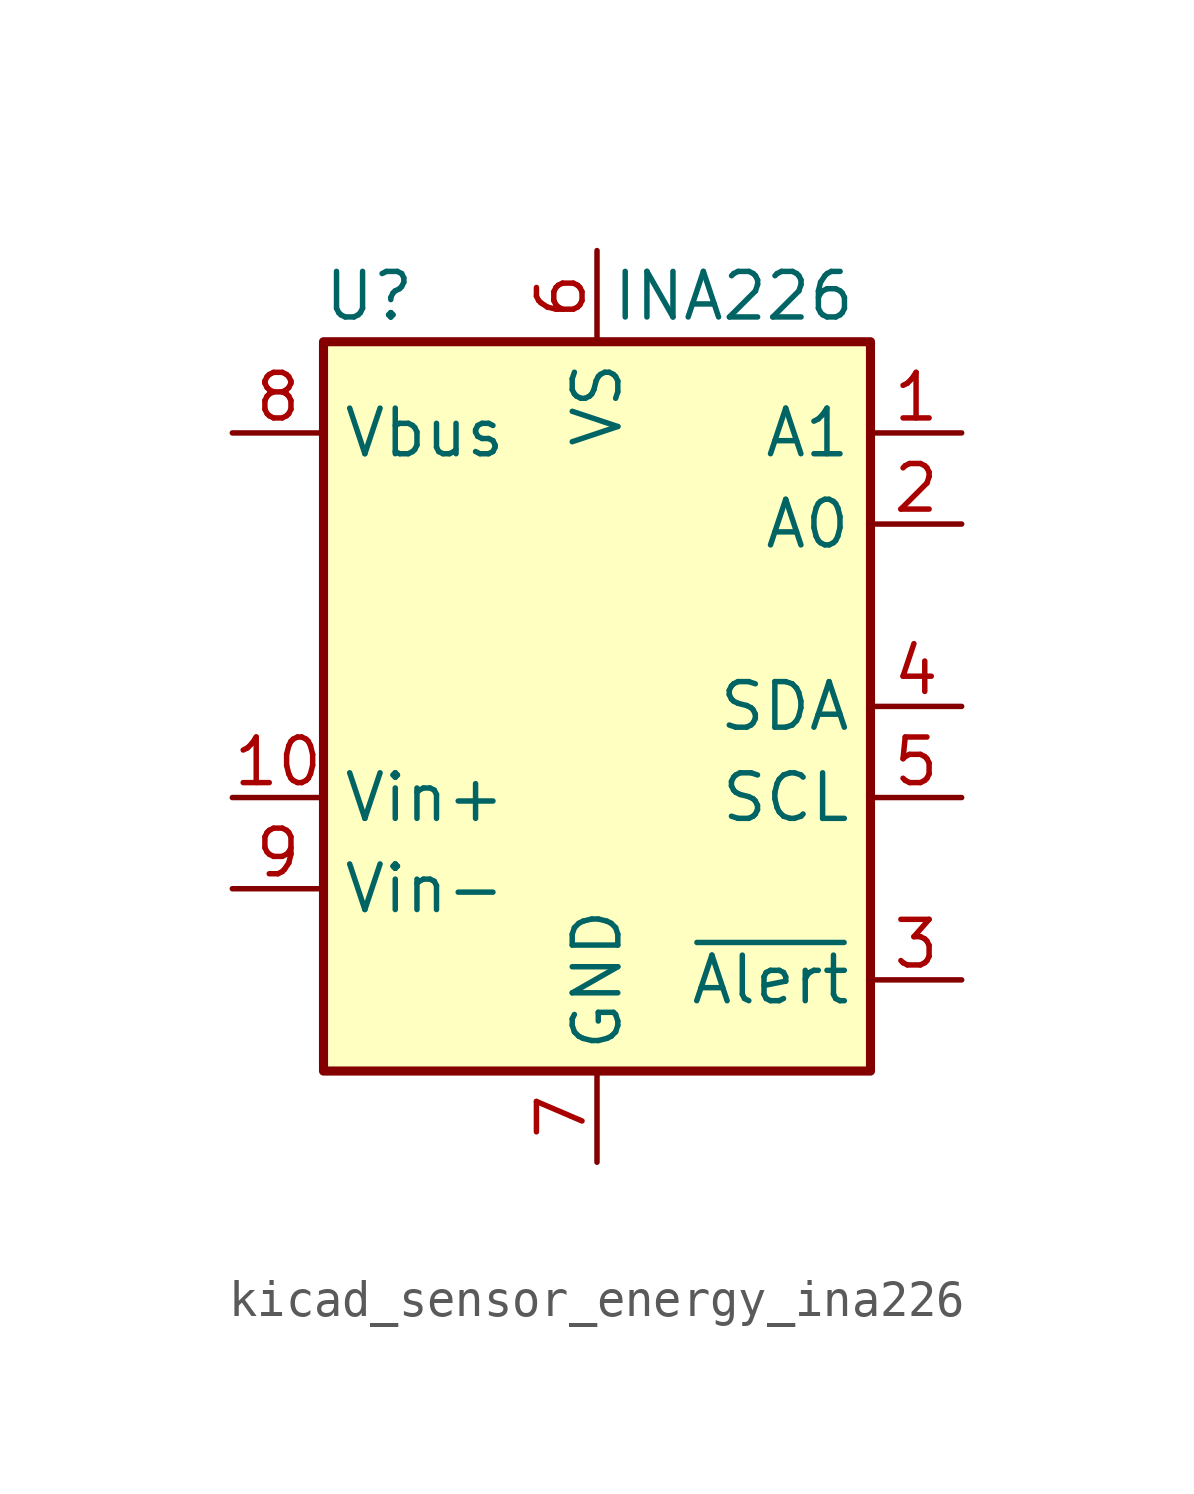
<source format=kicad_sym>
(kicad_symbol_lib
  (version 20220914)
  (generator kicad_symbol_editor)
  (symbol "kicad_sensor_energy_ina226"
    (property "Reference" "U"
      (at -6.35 11.43 0)
      (effects (font (size 1.27 1.27))))
    (property "Value" "INA226"
      (at 3.81 11.43 0)
      (effects (font (size 1.27 1.27))))
    (symbol "kicad_sensor_energy_ina226_0_1"
      (rectangle (start 7.62 10.16) (end -7.62 -10.16) (stroke (width 0.254) (type default)) (fill (type background))))
    (symbol "kicad_sensor_energy_ina226_1_1"
      (pin input line (at 10.16 7.62 180) (length 2.54) (name "A1" (effects (font (size 1.27 1.27)))) (number "1" (effects (font (size 1.27 1.27)))))
      (pin input line (at -10.16 -2.54 0) (length 2.54) (name "Vin+" (effects (font (size 1.27 1.27)))) (number "10" (effects (font (size 1.27 1.27)))))
      (pin input line (at 10.16 5.08 180) (length 2.54) (name "A0" (effects (font (size 1.27 1.27)))) (number "2" (effects (font (size 1.27 1.27)))))
      (pin open_collector line (at 10.16 -7.62 180) (length 2.54) (name "~{Alert}" (effects (font (size 1.27 1.27)))) (number "3" (effects (font (size 1.27 1.27)))))
      (pin bidirectional line (at 10.16 0 180) (length 2.54) (name "SDA" (effects (font (size 1.27 1.27)))) (number "4" (effects (font (size 1.27 1.27)))))
      (pin input line (at 10.16 -2.54 180) (length 2.54) (name "SCL" (effects (font (size 1.27 1.27)))) (number "5" (effects (font (size 1.27 1.27)))))
      (pin power_in line (at 0 12.7 270) (length 2.54) (name "VS" (effects (font (size 1.27 1.27)))) (number "6" (effects (font (size 1.27 1.27)))))
      (pin power_in line (at 0 -12.7 90) (length 2.54) (name "GND" (effects (font (size 1.27 1.27)))) (number "7" (effects (font (size 1.27 1.27)))))
      (pin input line (at -10.16 7.62 0) (length 2.54) (name "Vbus" (effects (font (size 1.27 1.27)))) (number "8" (effects (font (size 1.27 1.27)))))
      (pin input line (at -10.16 -5.08 0) (length 2.54) (name "Vin-" (effects (font (size 1.27 1.27)))) (number "9" (effects (font (size 1.27 1.27))))))))
</source>
